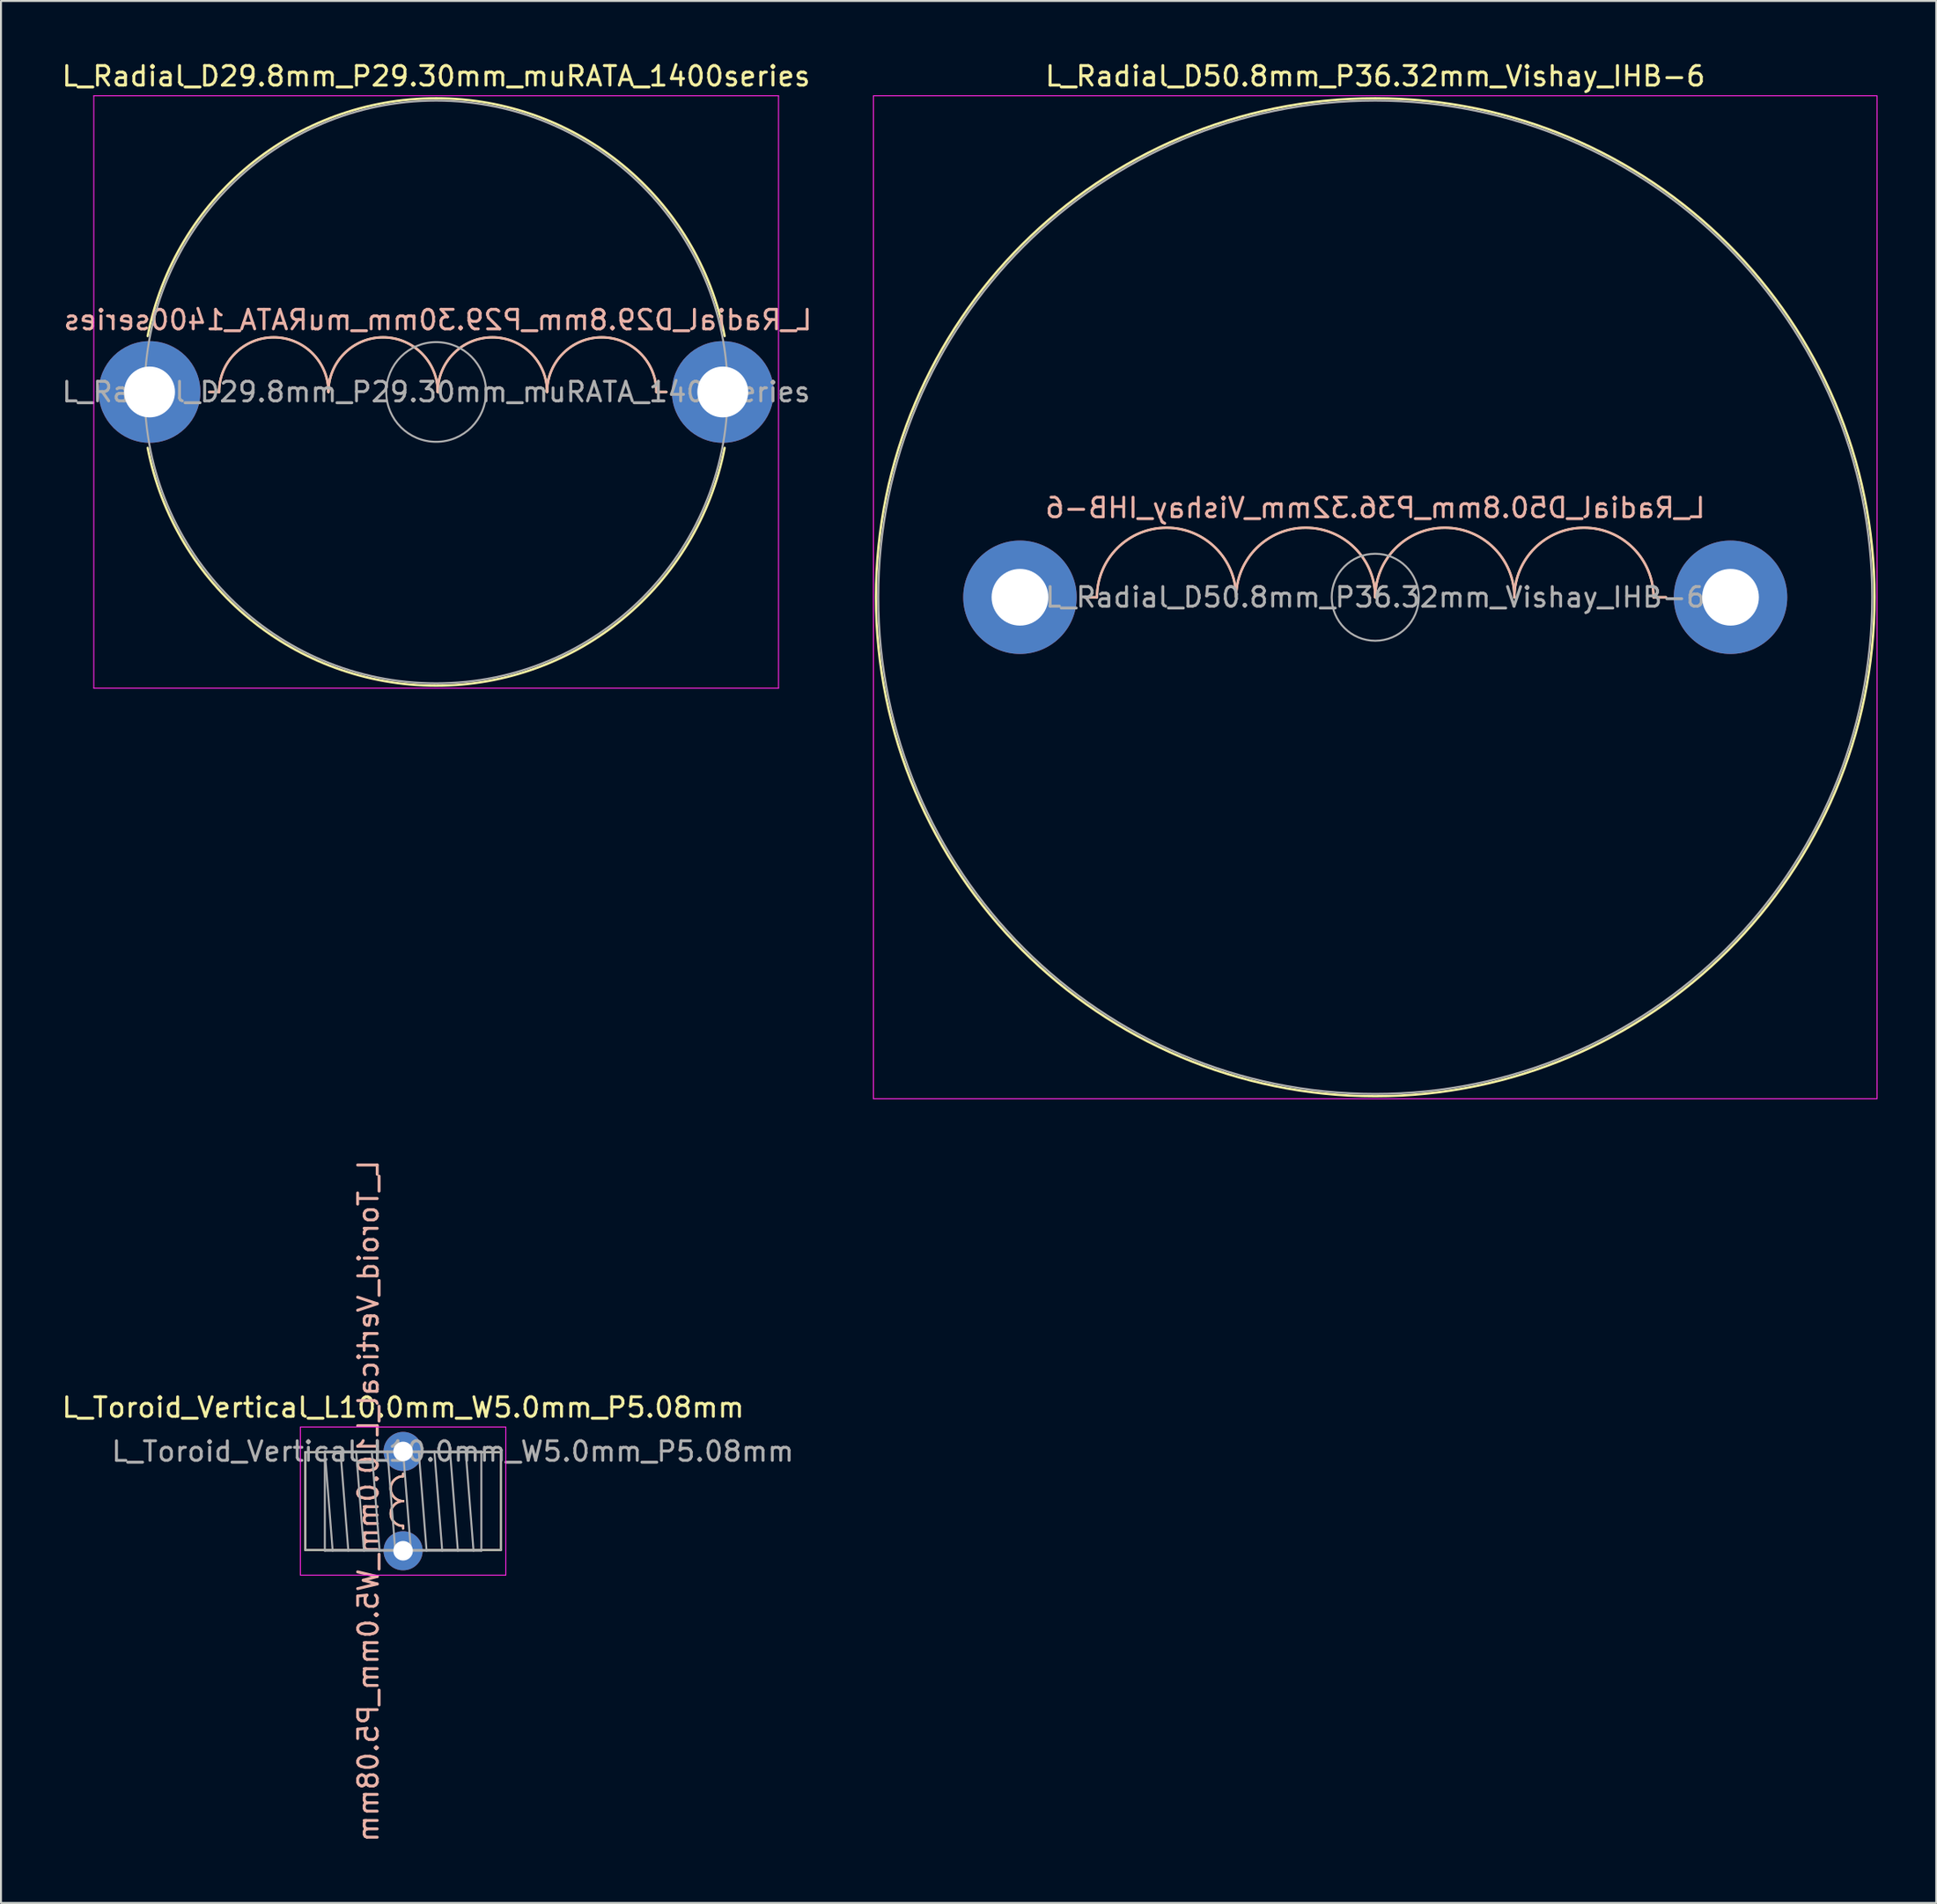
<source format=kicad_pcb>
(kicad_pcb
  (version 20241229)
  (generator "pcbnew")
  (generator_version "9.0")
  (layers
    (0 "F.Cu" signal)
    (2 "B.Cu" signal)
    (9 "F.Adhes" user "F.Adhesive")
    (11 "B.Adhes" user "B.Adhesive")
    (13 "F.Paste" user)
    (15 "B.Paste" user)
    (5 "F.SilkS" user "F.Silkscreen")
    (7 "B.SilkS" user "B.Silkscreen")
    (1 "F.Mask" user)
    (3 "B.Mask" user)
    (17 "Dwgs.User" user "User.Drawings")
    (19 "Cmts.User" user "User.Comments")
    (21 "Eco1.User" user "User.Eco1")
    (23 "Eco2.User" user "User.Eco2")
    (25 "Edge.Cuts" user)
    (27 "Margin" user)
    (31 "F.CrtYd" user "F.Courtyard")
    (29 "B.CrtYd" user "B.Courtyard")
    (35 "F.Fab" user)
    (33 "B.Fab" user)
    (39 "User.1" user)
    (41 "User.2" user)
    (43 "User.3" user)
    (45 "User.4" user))
  (footprint "L_Radial_D50.8mm_P36.32mm_Vishay_IHB-6"
    (layer "F.Cu")
    (at 49.085 27.498)
    (property "Reference" "L_Radial_D50.8mm_P36.32mm_Vishay_IHB-6" (at 18.16 -26.65 0) (layer "F.SilkS") (effects (font (size 1 1) (thickness 0.15))))
    (fp_line (start 3.936 0) (end 3.302 0) (stroke (width 0.12) (type solid)) (layer "F.SilkS"))
    (fp_line (start 32.384 0) (end 33.02 0) (stroke (width 0.12) (type solid)) (layer "F.SilkS"))
    (fp_arc (start 3.936 0) (mid 7.492 -3.556) (end 11.048 0) (stroke (width 0.12) (type solid)) (layer "F.SilkS"))
    (fp_arc (start 11.048 0) (mid 14.604 -3.556) (end 18.16 0) (stroke (width 0.12) (type solid)) (layer "F.SilkS"))
    (fp_arc (start 18.16 0) (mid 21.716 -3.556) (end 25.272 0) (stroke (width 0.12) (type solid)) (layer "F.SilkS"))
    (fp_arc (start 25.272 0) (mid 28.828 -3.556) (end 32.384 0) (stroke (width 0.12) (type solid)) (layer "F.SilkS"))
    (fp_circle (center 18.16 0) (end 43.68 0) (stroke (width 0.12) (type solid)) (fill no) (layer "F.SilkS"))
    (fp_line (start 3.938 0) (end 3.302 0) (stroke (width 0.12) (type solid)) (layer "B.SilkS"))
    (fp_line (start 32.386 0) (end 33.02 0) (stroke (width 0.12) (type solid)) (layer "B.SilkS"))
    (fp_arc (start 3.938 0) (mid 7.494 -3.556) (end 11.05 0) (stroke (width 0.12) (type solid)) (layer "B.SilkS"))
    (fp_arc (start 11.05 0) (mid 14.606 -3.556) (end 18.162 0) (stroke (width 0.12) (type solid)) (layer "B.SilkS"))
    (fp_arc (start 18.162 0) (mid 21.718 -3.556) (end 25.274 0) (stroke (width 0.12) (type solid)) (layer "B.SilkS"))
    (fp_arc (start 25.274 0) (mid 28.83 -3.556) (end 32.386 0) (stroke (width 0.12) (type solid)) (layer "B.SilkS"))
    (fp_line (start -7.49 -25.65) (end -7.49 25.65) (stroke (width 0.05) (type solid)) (layer "F.CrtYd"))
    (fp_line (start -7.49 25.65) (end 43.81 25.65) (stroke (width 0.05) (type solid)) (layer "F.CrtYd"))
    (fp_line (start 43.81 -25.65) (end -7.49 -25.65) (stroke (width 0.05) (type solid)) (layer "F.CrtYd"))
    (fp_line (start 43.81 25.65) (end 43.81 -25.65) (stroke (width 0.05) (type solid)) (layer "F.CrtYd"))
    (fp_circle (center 18.16 0) (end 20.385 0) (stroke (width 0.1) (type solid)) (fill no) (layer "F.Fab"))
    (fp_circle (center 18.16 0) (end 43.56 0) (stroke (width 0.1) (type solid)) (fill no) (layer "F.Fab"))
    (fp_text user "${REFERENCE}" (at 18.161 -4.572 0) (layer "B.SilkS") (effects (font (size 1 1) (thickness 0.15)) (justify mirror)))
    (fp_text user "${REFERENCE}" (at 18.16 0 0) (layer "F.Fab") (effects (font (size 1 1) (thickness 0.15))))
    (pad "1" thru_hole circle (at 0 0) (size 5.8 5.8) (drill 2.9) (layers "*.Cu" "*.Mask"))
    (pad "2" thru_hole circle (at 36.32 0) (size 5.8 5.8) (drill 2.9) (layers "*.Cu" "*.Mask")))
  (footprint "L_Radial_D29.8mm_P29.30mm_muRATA_1400series"
    (layer "F.Cu")
    (at 4.594 16.998)
    (property "Reference" "L_Radial_D29.8mm_P29.30mm_muRATA_1400series" (at 14.65 -16.15 0) (layer "F.SilkS") (effects (font (size 1 1) (thickness 0.15))))
    (fp_line (start 3.556 0) (end 3.048 0) (stroke (width 0.12) (type solid)) (layer "F.SilkS"))
    (fp_line (start 25.908 0) (end 26.416 0) (stroke (width 0.12) (type solid)) (layer "F.SilkS"))
    (fp_arc (start -0.095196 -2.86) (mid 14.65 -15.02) (end 29.395196 -2.86) (stroke (width 0.12) (type solid)) (layer "F.SilkS"))
    (fp_arc (start 3.556 0) (mid 6.35 -2.794) (end 9.144 0) (stroke (width 0.12) (type solid)) (layer "F.SilkS"))
    (fp_arc (start 9.144 0) (mid 11.938 -2.794) (end 14.732 0) (stroke (width 0.12) (type solid)) (layer "F.SilkS"))
    (fp_arc (start 14.732 0) (mid 17.526 -2.794) (end 20.32 0) (stroke (width 0.12) (type solid)) (layer "F.SilkS"))
    (fp_arc (start 20.32 0) (mid 23.114 -2.794) (end 25.908 0) (stroke (width 0.12) (type solid)) (layer "F.SilkS"))
    (fp_arc (start 29.395196 2.86) (mid 14.65 15.02) (end -0.095196 2.86) (stroke (width 0.12) (type solid)) (layer "F.SilkS"))
    (fp_line (start 3.556 0) (end 3.048 0) (stroke (width 0.12) (type solid)) (layer "B.SilkS"))
    (fp_line (start 25.908 0) (end 26.416 0) (stroke (width 0.12) (type solid)) (layer "B.SilkS"))
    (fp_arc (start 3.556 0) (mid 6.35 -2.794) (end 9.144 0) (stroke (width 0.12) (type solid)) (layer "B.SilkS"))
    (fp_arc (start 9.144 0) (mid 11.938 -2.794) (end 14.732 0) (stroke (width 0.12) (type solid)) (layer "B.SilkS"))
    (fp_arc (start 14.732 0) (mid 17.526 -2.794) (end 20.32 0) (stroke (width 0.12) (type solid)) (layer "B.SilkS"))
    (fp_arc (start 20.32 0) (mid 23.114 -2.794) (end 25.908 0) (stroke (width 0.12) (type solid)) (layer "B.SilkS"))
    (fp_line (start -2.85 -15.15) (end -2.85 15.15) (stroke (width 0.05) (type solid)) (layer "F.CrtYd"))
    (fp_line (start -2.85 15.15) (end 32.15 15.15) (stroke (width 0.05) (type solid)) (layer "F.CrtYd"))
    (fp_line (start 32.15 -15.15) (end -2.85 -15.15) (stroke (width 0.05) (type solid)) (layer "F.CrtYd"))
    (fp_line (start 32.15 15.15) (end 32.15 -15.15) (stroke (width 0.05) (type solid)) (layer "F.CrtYd"))
    (fp_circle (center 14.65 0) (end 17.2 0) (stroke (width 0.1) (type solid)) (fill no) (layer "F.Fab"))
    (fp_circle (center 14.65 0) (end 29.55 0) (stroke (width 0.1) (type solid)) (fill no) (layer "F.Fab"))
    (fp_text user "${REFERENCE}" (at 14.732 -3.683 0) (layer "B.SilkS") (effects (font (size 1 1) (thickness 0.15)) (justify mirror)))
    (fp_text user "${REFERENCE}" (at 14.65 0 0) (layer "F.Fab") (effects (font (size 1 1) (thickness 0.15))))
    (pad "1" thru_hole circle (at 0 0) (size 5.2 5.2) (drill 2.6) (layers "*.Cu" "*.Mask"))
    (pad "2" thru_hole circle (at 29.3 0) (size 5.2 5.2) (drill 2.6) (layers "*.Cu" "*.Mask")))
  (footprint "L_Toroid_Vertical_L10.0mm_W5.0mm_P5.08mm"
    (layer "F.Cu")
    (at 17.554 71.187)
    (property "Reference" "L_Toroid_Vertical_L10.0mm_W5.0mm_P5.08mm" (at 0 -2.25 0) (layer "F.SilkS") (effects (font (size 1 1) (thickness 0.15))))
    (fp_line (start -5 0.04) (end -5 5.04) (stroke (width 0.1) (type solid)) (layer "F.SilkS"))
    (fp_line (start -5 5.04) (end -1.27 5.04) (stroke (width 0.1) (type solid)) (layer "F.SilkS"))
    (fp_line (start -1.27 0.025) (end -5 0.036) (stroke (width 0.1) (type solid)) (layer "F.SilkS"))
    (fp_line (start 0 1.27) (end 0 1.143) (stroke (width 0.12) (type solid)) (layer "F.SilkS"))
    (fp_line (start 0 3.937) (end 0 3.81) (stroke (width 0.12) (type solid)) (layer "F.SilkS"))
    (fp_line (start 1.27 5.04) (end 5 5.04) (stroke (width 0.1) (type solid)) (layer "F.SilkS"))
    (fp_line (start 5 0.04) (end 1.27 0.025) (stroke (width 0.1) (type solid)) (layer "F.SilkS"))
    (fp_line (start 5 5.04) (end 5 0.04) (stroke (width 0.1) (type solid)) (layer "F.SilkS"))
    (fp_arc (start 0 2.54) (mid -0.635 1.905) (end 0 1.27) (stroke (width 0.12) (type solid)) (layer "F.SilkS"))
    (fp_arc (start 0 3.81) (mid -0.635 3.175) (end 0 2.54) (stroke (width 0.12) (type solid)) (layer "F.SilkS"))
    (fp_line (start 0 1.27) (end 0 1.143) (stroke (width 0.12) (type solid)) (layer "B.SilkS"))
    (fp_line (start 0 3.937) (end 0 3.81) (stroke (width 0.12) (type solid)) (layer "B.SilkS"))
    (fp_arc (start 0 2.54) (mid -0.635 1.905) (end 0 1.27) (stroke (width 0.12) (type solid)) (layer "B.SilkS"))
    (fp_arc (start 0 3.81) (mid -0.635 3.175) (end 0 2.54) (stroke (width 0.12) (type solid)) (layer "B.SilkS"))
    (fp_line (start -5.25 -1.25) (end -5.25 6.33) (stroke (width 0.05) (type solid)) (layer "F.CrtYd"))
    (fp_line (start -5.25 6.33) (end 5.25 6.33) (stroke (width 0.05) (type solid)) (layer "F.CrtYd"))
    (fp_line (start 5.25 -1.25) (end -5.25 -1.25) (stroke (width 0.05) (type solid)) (layer "F.CrtYd"))
    (fp_line (start 5.25 6.33) (end 5.25 -1.25) (stroke (width 0.05) (type solid)) (layer "F.CrtYd"))
    (fp_line (start -5 0.04) (end -5 5.04) (stroke (width 0.1) (type solid)) (layer "F.Fab"))
    (fp_line (start -5 5.04) (end 5 5.04) (stroke (width 0.1) (type solid)) (layer "F.Fab"))
    (fp_line (start -4 0) (end -4 5.08) (stroke (width 0.1) (type solid)) (layer "F.Fab"))
    (fp_line (start -4 0) (end -3.6 5.08) (stroke (width 0.1) (type solid)) (layer "F.Fab"))
    (fp_line (start -4 5.08) (end 4 5.08) (stroke (width 0.1) (type solid)) (layer "F.Fab"))
    (fp_line (start -3.2 0) (end -2.8 5.08) (stroke (width 0.1) (type solid)) (layer "F.Fab"))
    (fp_line (start -2.4 0) (end -2 5.08) (stroke (width 0.1) (type solid)) (layer "F.Fab"))
    (fp_line (start -1.6 0) (end -1.2 5.08) (stroke (width 0.1) (type solid)) (layer "F.Fab"))
    (fp_line (start -0.8 0) (end -0.4 5.08) (stroke (width 0.1) (type solid)) (layer "F.Fab"))
    (fp_line (start 0 0) (end 0.4 5.08) (stroke (width 0.1) (type solid)) (layer "F.Fab"))
    (fp_line (start 0.8 0) (end 1.2 5.08) (stroke (width 0.1) (type solid)) (layer "F.Fab"))
    (fp_line (start 1.6 0) (end 2 5.08) (stroke (width 0.1) (type solid)) (layer "F.Fab"))
    (fp_line (start 2.4 0) (end 2.8 5.08) (stroke (width 0.1) (type solid)) (layer "F.Fab"))
    (fp_line (start 3.2 0) (end 3.6 5.08) (stroke (width 0.1) (type solid)) (layer "F.Fab"))
    (fp_line (start 4 0) (end -4 0) (stroke (width 0.1) (type solid)) (layer "F.Fab"))
    (fp_line (start 4 5.08) (end 4 0) (stroke (width 0.1) (type solid)) (layer "F.Fab"))
    (fp_line (start 5 0.04) (end -5 0.04) (stroke (width 0.1) (type solid)) (layer "F.Fab"))
    (fp_line (start 5 5.04) (end 5 0.04) (stroke (width 0.1) (type solid)) (layer "F.Fab"))
    (fp_text user "${REFERENCE}" (at -1.778 2.54 270) (layer "B.SilkS") (effects (font (size 1 1) (thickness 0.15)) (justify mirror)))
    (fp_text user "${REFERENCE}" (at 2.54 0 0) (layer "F.Fab") (effects (font (size 1 1) (thickness 0.15))))
    (pad "1" thru_hole circle (at 0 0) (size 2 2) (drill 1) (layers "*.Cu" "*.Mask"))
    (pad "2" thru_hole circle (at 0 5.08) (size 2 2) (drill 1) (layers "*.Cu" "*.Mask")))
  (gr_rect
    (start -3 -3)
    (end 95.92 94.28)
    (stroke (width 0.1) (type default))
    (fill no)
    (layer "Edge.Cuts")))
</source>
